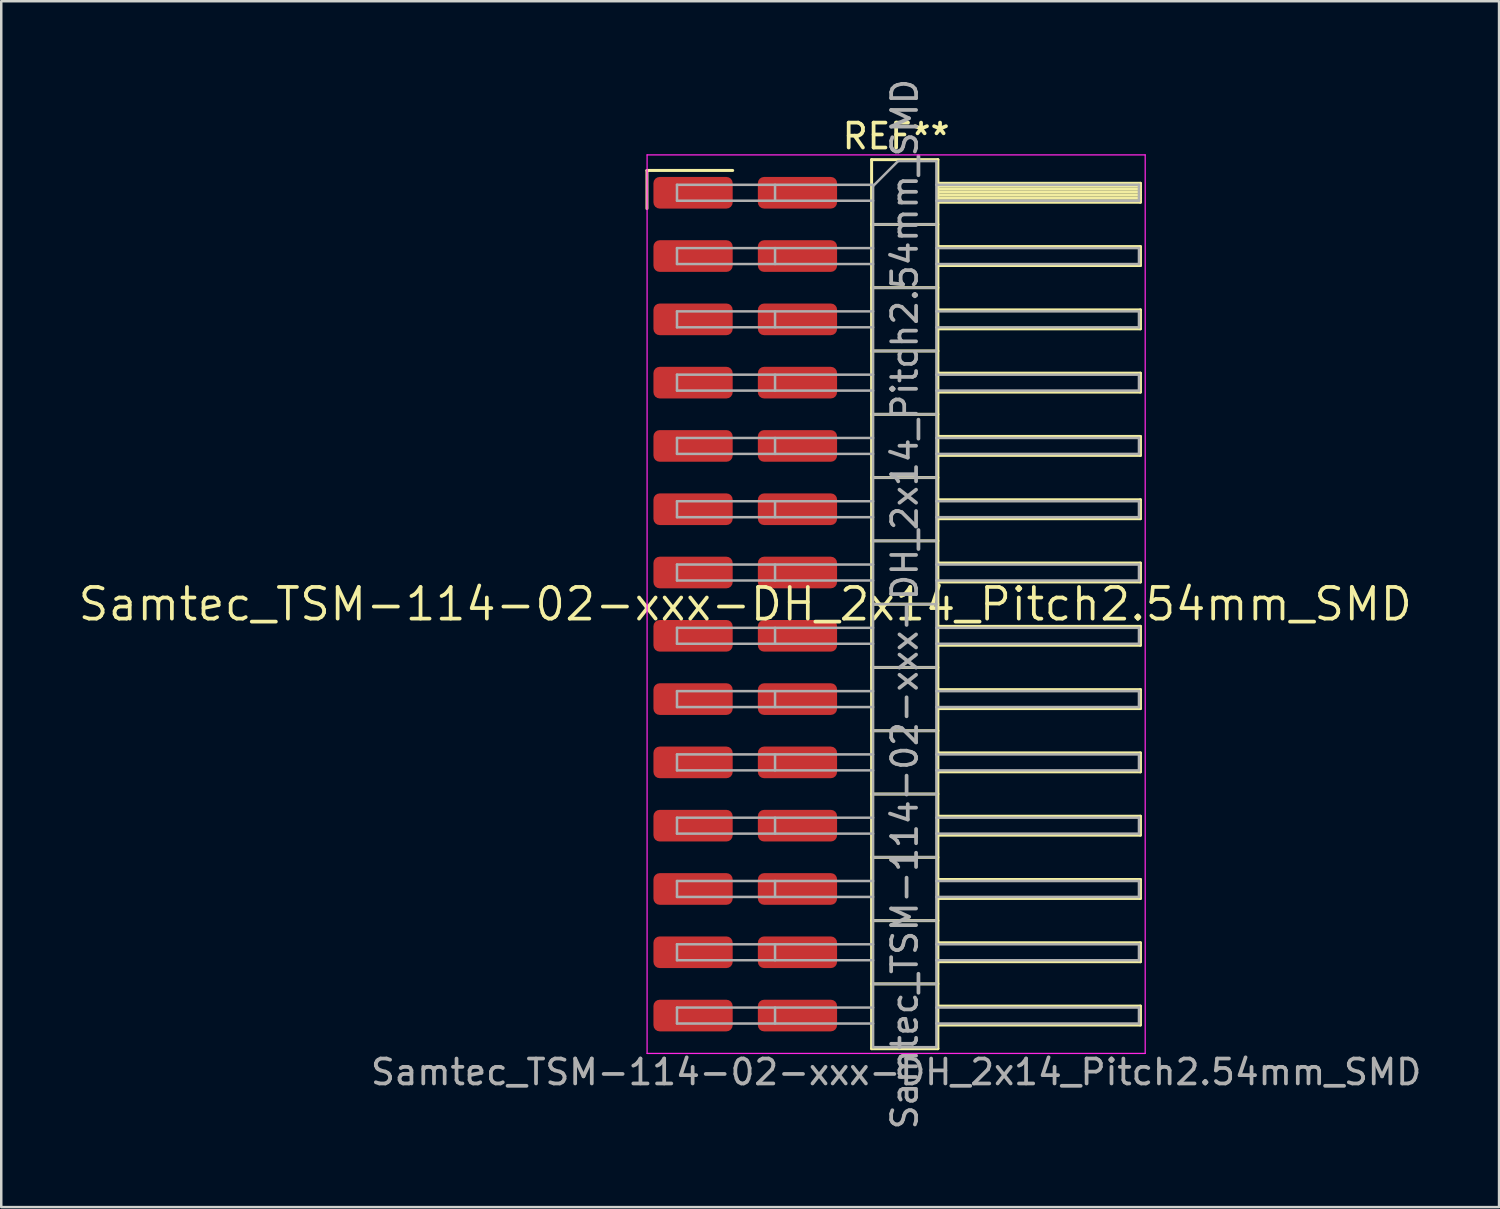
<source format=kicad_pcb>
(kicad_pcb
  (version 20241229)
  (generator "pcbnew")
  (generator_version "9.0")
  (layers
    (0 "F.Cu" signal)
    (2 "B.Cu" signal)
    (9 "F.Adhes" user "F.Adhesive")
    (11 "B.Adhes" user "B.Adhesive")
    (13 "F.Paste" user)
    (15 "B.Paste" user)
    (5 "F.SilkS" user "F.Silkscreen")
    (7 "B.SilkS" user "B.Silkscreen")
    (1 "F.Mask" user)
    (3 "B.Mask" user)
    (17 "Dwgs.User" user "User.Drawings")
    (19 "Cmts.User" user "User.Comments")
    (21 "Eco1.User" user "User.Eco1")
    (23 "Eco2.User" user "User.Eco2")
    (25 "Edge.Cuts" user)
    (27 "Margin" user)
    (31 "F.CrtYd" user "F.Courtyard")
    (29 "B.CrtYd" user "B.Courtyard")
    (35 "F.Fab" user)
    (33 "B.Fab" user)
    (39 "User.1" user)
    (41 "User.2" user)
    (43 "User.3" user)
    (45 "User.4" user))
  (footprint "Samtec_TSM-114-02-xxx-DH_2x14_Pitch2.54mm_SMD"
    (layer "F.Cu")
    (at 26.859 21.196)
    (property "Reference" "Samtec_TSM-114-02-xxx-DH_2x14_Pitch2.54mm_SMD" (at 0 0 0) (layer "F.SilkS") (effects (font (size 1.27 1.27) (thickness 0.15))))
    (attr smd)
    (fp_line (start -3.945 -17.405) (end -0.505 -17.405) (stroke (width 0.12) (type solid)) (layer "F.SilkS"))
    (fp_line (start -3.945 -15.875) (end -3.945 -17.405) (stroke (width 0.12) (type solid)) (layer "F.SilkS"))
    (fp_line (start 5.07 -17.84) (end 7.73 -17.84) (stroke (width 0.12) (type solid)) (layer "F.SilkS"))
    (fp_line (start 5.07 -15.24) (end 7.73 -15.24) (stroke (width 0.12) (type solid)) (layer "F.SilkS"))
    (fp_line (start 5.07 -12.7) (end 7.73 -12.7) (stroke (width 0.12) (type solid)) (layer "F.SilkS"))
    (fp_line (start 5.07 -10.16) (end 7.73 -10.16) (stroke (width 0.12) (type solid)) (layer "F.SilkS"))
    (fp_line (start 5.07 -7.62) (end 7.73 -7.62) (stroke (width 0.12) (type solid)) (layer "F.SilkS"))
    (fp_line (start 5.07 -5.08) (end 7.73 -5.08) (stroke (width 0.12) (type solid)) (layer "F.SilkS"))
    (fp_line (start 5.07 -2.54) (end 7.73 -2.54) (stroke (width 0.12) (type solid)) (layer "F.SilkS"))
    (fp_line (start 5.07 0) (end 7.73 0) (stroke (width 0.12) (type solid)) (layer "F.SilkS"))
    (fp_line (start 5.07 2.54) (end 7.73 2.54) (stroke (width 0.12) (type solid)) (layer "F.SilkS"))
    (fp_line (start 5.07 5.08) (end 7.73 5.08) (stroke (width 0.12) (type solid)) (layer "F.SilkS"))
    (fp_line (start 5.07 7.62) (end 7.73 7.62) (stroke (width 0.12) (type solid)) (layer "F.SilkS"))
    (fp_line (start 5.07 10.16) (end 7.73 10.16) (stroke (width 0.12) (type solid)) (layer "F.SilkS"))
    (fp_line (start 5.07 12.7) (end 7.73 12.7) (stroke (width 0.12) (type solid)) (layer "F.SilkS"))
    (fp_line (start 5.07 15.24) (end 7.73 15.24) (stroke (width 0.12) (type solid)) (layer "F.SilkS"))
    (fp_line (start 5.07 17.84) (end 5.07 -17.84) (stroke (width 0.12) (type solid)) (layer "F.SilkS"))
    (fp_line (start 7.73 -17.84) (end 7.73 17.84) (stroke (width 0.12) (type solid)) (layer "F.SilkS"))
    (fp_line (start 7.73 -16.89) (end 15.86 -16.89) (stroke (width 0.12) (type solid)) (layer "F.SilkS"))
    (fp_line (start 7.73 -16.77) (end 15.86 -16.77) (stroke (width 0.12) (type solid)) (layer "F.SilkS"))
    (fp_line (start 7.73 -16.65) (end 15.86 -16.65) (stroke (width 0.12) (type solid)) (layer "F.SilkS"))
    (fp_line (start 7.73 -16.53) (end 15.86 -16.53) (stroke (width 0.12) (type solid)) (layer "F.SilkS"))
    (fp_line (start 7.73 -16.41) (end 15.86 -16.41) (stroke (width 0.12) (type solid)) (layer "F.SilkS"))
    (fp_line (start 7.73 -16.29) (end 15.86 -16.29) (stroke (width 0.12) (type solid)) (layer "F.SilkS"))
    (fp_line (start 7.73 -16.17) (end 15.86 -16.17) (stroke (width 0.12) (type solid)) (layer "F.SilkS"))
    (fp_line (start 7.73 -16.13) (end 15.86 -16.13) (stroke (width 0.12) (type solid)) (layer "F.SilkS"))
    (fp_line (start 7.73 -14.35) (end 15.86 -14.35) (stroke (width 0.12) (type solid)) (layer "F.SilkS"))
    (fp_line (start 7.73 -13.59) (end 15.86 -13.59) (stroke (width 0.12) (type solid)) (layer "F.SilkS"))
    (fp_line (start 7.73 -11.81) (end 15.86 -11.81) (stroke (width 0.12) (type solid)) (layer "F.SilkS"))
    (fp_line (start 7.73 -11.05) (end 15.86 -11.05) (stroke (width 0.12) (type solid)) (layer "F.SilkS"))
    (fp_line (start 7.73 -9.27) (end 15.86 -9.27) (stroke (width 0.12) (type solid)) (layer "F.SilkS"))
    (fp_line (start 7.73 -8.51) (end 15.86 -8.51) (stroke (width 0.12) (type solid)) (layer "F.SilkS"))
    (fp_line (start 7.73 -6.73) (end 15.86 -6.73) (stroke (width 0.12) (type solid)) (layer "F.SilkS"))
    (fp_line (start 7.73 -5.97) (end 15.86 -5.97) (stroke (width 0.12) (type solid)) (layer "F.SilkS"))
    (fp_line (start 7.73 -4.19) (end 15.86 -4.19) (stroke (width 0.12) (type solid)) (layer "F.SilkS"))
    (fp_line (start 7.73 -3.43) (end 15.86 -3.43) (stroke (width 0.12) (type solid)) (layer "F.SilkS"))
    (fp_line (start 7.73 -1.65) (end 15.86 -1.65) (stroke (width 0.12) (type solid)) (layer "F.SilkS"))
    (fp_line (start 7.73 -0.89) (end 15.86 -0.89) (stroke (width 0.12) (type solid)) (layer "F.SilkS"))
    (fp_line (start 7.73 0.89) (end 15.86 0.89) (stroke (width 0.12) (type solid)) (layer "F.SilkS"))
    (fp_line (start 7.73 1.65) (end 15.86 1.65) (stroke (width 0.12) (type solid)) (layer "F.SilkS"))
    (fp_line (start 7.73 3.43) (end 15.86 3.43) (stroke (width 0.12) (type solid)) (layer "F.SilkS"))
    (fp_line (start 7.73 4.19) (end 15.86 4.19) (stroke (width 0.12) (type solid)) (layer "F.SilkS"))
    (fp_line (start 7.73 5.97) (end 15.86 5.97) (stroke (width 0.12) (type solid)) (layer "F.SilkS"))
    (fp_line (start 7.73 6.73) (end 15.86 6.73) (stroke (width 0.12) (type solid)) (layer "F.SilkS"))
    (fp_line (start 7.73 8.51) (end 15.86 8.51) (stroke (width 0.12) (type solid)) (layer "F.SilkS"))
    (fp_line (start 7.73 9.27) (end 15.86 9.27) (stroke (width 0.12) (type solid)) (layer "F.SilkS"))
    (fp_line (start 7.73 11.05) (end 15.86 11.05) (stroke (width 0.12) (type solid)) (layer "F.SilkS"))
    (fp_line (start 7.73 11.81) (end 15.86 11.81) (stroke (width 0.12) (type solid)) (layer "F.SilkS"))
    (fp_line (start 7.73 13.59) (end 15.86 13.59) (stroke (width 0.12) (type solid)) (layer "F.SilkS"))
    (fp_line (start 7.73 14.35) (end 15.86 14.35) (stroke (width 0.12) (type solid)) (layer "F.SilkS"))
    (fp_line (start 7.73 16.13) (end 15.86 16.13) (stroke (width 0.12) (type solid)) (layer "F.SilkS"))
    (fp_line (start 7.73 16.89) (end 15.86 16.89) (stroke (width 0.12) (type solid)) (layer "F.SilkS"))
    (fp_line (start 7.73 17.84) (end 5.07 17.84) (stroke (width 0.12) (type solid)) (layer "F.SilkS"))
    (fp_line (start 15.86 -16.89) (end 15.86 -16.13) (stroke (width 0.12) (type solid)) (layer "F.SilkS"))
    (fp_line (start 15.86 -14.35) (end 15.86 -13.59) (stroke (width 0.12) (type solid)) (layer "F.SilkS"))
    (fp_line (start 15.86 -11.81) (end 15.86 -11.05) (stroke (width 0.12) (type solid)) (layer "F.SilkS"))
    (fp_line (start 15.86 -9.27) (end 15.86 -8.51) (stroke (width 0.12) (type solid)) (layer "F.SilkS"))
    (fp_line (start 15.86 -6.73) (end 15.86 -5.97) (stroke (width 0.12) (type solid)) (layer "F.SilkS"))
    (fp_line (start 15.86 -4.19) (end 15.86 -3.43) (stroke (width 0.12) (type solid)) (layer "F.SilkS"))
    (fp_line (start 15.86 -1.65) (end 15.86 -0.89) (stroke (width 0.12) (type solid)) (layer "F.SilkS"))
    (fp_line (start 15.86 0.89) (end 15.86 1.65) (stroke (width 0.12) (type solid)) (layer "F.SilkS"))
    (fp_line (start 15.86 3.43) (end 15.86 4.19) (stroke (width 0.12) (type solid)) (layer "F.SilkS"))
    (fp_line (start 15.86 5.97) (end 15.86 6.73) (stroke (width 0.12) (type solid)) (layer "F.SilkS"))
    (fp_line (start 15.86 8.51) (end 15.86 9.27) (stroke (width 0.12) (type solid)) (layer "F.SilkS"))
    (fp_line (start 15.86 11.05) (end 15.86 11.81) (stroke (width 0.12) (type solid)) (layer "F.SilkS"))
    (fp_line (start 15.86 13.59) (end 15.86 14.35) (stroke (width 0.12) (type solid)) (layer "F.SilkS"))
    (fp_line (start 15.86 16.13) (end 15.86 16.89) (stroke (width 0.12) (type solid)) (layer "F.SilkS"))
    (fp_line (start -3.94 -18.03) (end 16.05 -18.03) (stroke (width 0.05) (type solid)) (layer "F.CrtYd"))
    (fp_line (start -3.94 18.03) (end -3.94 -18.03) (stroke (width 0.05) (type solid)) (layer "F.CrtYd"))
    (fp_line (start 16.05 -18.03) (end 16.05 18.03) (stroke (width 0.05) (type solid)) (layer "F.CrtYd"))
    (fp_line (start 16.05 18.03) (end -3.94 18.03) (stroke (width 0.05) (type solid)) (layer "F.CrtYd"))
    (fp_line (start -2.74 -16.83) (end -2.74 -16.19) (stroke (width 0.1) (type solid)) (layer "F.Fab"))
    (fp_line (start -2.74 -16.83) (end 5.13 -16.83) (stroke (width 0.1) (type solid)) (layer "F.Fab"))
    (fp_line (start -2.74 -16.19) (end 5.13 -16.19) (stroke (width 0.1) (type solid)) (layer "F.Fab"))
    (fp_line (start -2.74 -14.29) (end -2.74 -13.65) (stroke (width 0.1) (type solid)) (layer "F.Fab"))
    (fp_line (start -2.74 -14.29) (end 5.13 -14.29) (stroke (width 0.1) (type solid)) (layer "F.Fab"))
    (fp_line (start -2.74 -13.65) (end 5.13 -13.65) (stroke (width 0.1) (type solid)) (layer "F.Fab"))
    (fp_line (start -2.74 -11.75) (end -2.74 -11.11) (stroke (width 0.1) (type solid)) (layer "F.Fab"))
    (fp_line (start -2.74 -11.75) (end 5.13 -11.75) (stroke (width 0.1) (type solid)) (layer "F.Fab"))
    (fp_line (start -2.74 -11.11) (end 5.13 -11.11) (stroke (width 0.1) (type solid)) (layer "F.Fab"))
    (fp_line (start -2.74 -9.21) (end -2.74 -8.57) (stroke (width 0.1) (type solid)) (layer "F.Fab"))
    (fp_line (start -2.74 -9.21) (end 5.13 -9.21) (stroke (width 0.1) (type solid)) (layer "F.Fab"))
    (fp_line (start -2.74 -8.57) (end 5.13 -8.57) (stroke (width 0.1) (type solid)) (layer "F.Fab"))
    (fp_line (start -2.74 -6.67) (end -2.74 -6.03) (stroke (width 0.1) (type solid)) (layer "F.Fab"))
    (fp_line (start -2.74 -6.67) (end 5.13 -6.67) (stroke (width 0.1) (type solid)) (layer "F.Fab"))
    (fp_line (start -2.74 -6.03) (end 5.13 -6.03) (stroke (width 0.1) (type solid)) (layer "F.Fab"))
    (fp_line (start -2.74 -4.13) (end -2.74 -3.49) (stroke (width 0.1) (type solid)) (layer "F.Fab"))
    (fp_line (start -2.74 -4.13) (end 5.13 -4.13) (stroke (width 0.1) (type solid)) (layer "F.Fab"))
    (fp_line (start -2.74 -3.49) (end 5.13 -3.49) (stroke (width 0.1) (type solid)) (layer "F.Fab"))
    (fp_line (start -2.74 -1.59) (end -2.74 -0.95) (stroke (width 0.1) (type solid)) (layer "F.Fab"))
    (fp_line (start -2.74 -1.59) (end 5.13 -1.59) (stroke (width 0.1) (type solid)) (layer "F.Fab"))
    (fp_line (start -2.74 -0.95) (end 5.13 -0.95) (stroke (width 0.1) (type solid)) (layer "F.Fab"))
    (fp_line (start -2.74 0.95) (end -2.74 1.59) (stroke (width 0.1) (type solid)) (layer "F.Fab"))
    (fp_line (start -2.74 0.95) (end 5.13 0.95) (stroke (width 0.1) (type solid)) (layer "F.Fab"))
    (fp_line (start -2.74 1.59) (end 5.13 1.59) (stroke (width 0.1) (type solid)) (layer "F.Fab"))
    (fp_line (start -2.74 3.49) (end -2.74 4.13) (stroke (width 0.1) (type solid)) (layer "F.Fab"))
    (fp_line (start -2.74 3.49) (end 5.13 3.49) (stroke (width 0.1) (type solid)) (layer "F.Fab"))
    (fp_line (start -2.74 4.13) (end 5.13 4.13) (stroke (width 0.1) (type solid)) (layer "F.Fab"))
    (fp_line (start -2.74 6.03) (end -2.74 6.67) (stroke (width 0.1) (type solid)) (layer "F.Fab"))
    (fp_line (start -2.74 6.03) (end 5.13 6.03) (stroke (width 0.1) (type solid)) (layer "F.Fab"))
    (fp_line (start -2.74 6.67) (end 5.13 6.67) (stroke (width 0.1) (type solid)) (layer "F.Fab"))
    (fp_line (start -2.74 8.57) (end -2.74 9.21) (stroke (width 0.1) (type solid)) (layer "F.Fab"))
    (fp_line (start -2.74 8.57) (end 5.13 8.57) (stroke (width 0.1) (type solid)) (layer "F.Fab"))
    (fp_line (start -2.74 9.21) (end 5.13 9.21) (stroke (width 0.1) (type solid)) (layer "F.Fab"))
    (fp_line (start -2.74 11.11) (end -2.74 11.75) (stroke (width 0.1) (type solid)) (layer "F.Fab"))
    (fp_line (start -2.74 11.11) (end 5.13 11.11) (stroke (width 0.1) (type solid)) (layer "F.Fab"))
    (fp_line (start -2.74 11.75) (end 5.13 11.75) (stroke (width 0.1) (type solid)) (layer "F.Fab"))
    (fp_line (start -2.74 13.65) (end -2.74 14.29) (stroke (width 0.1) (type solid)) (layer "F.Fab"))
    (fp_line (start -2.74 13.65) (end 5.13 13.65) (stroke (width 0.1) (type solid)) (layer "F.Fab"))
    (fp_line (start -2.74 14.29) (end 5.13 14.29) (stroke (width 0.1) (type solid)) (layer "F.Fab"))
    (fp_line (start -2.74 16.19) (end -2.74 16.83) (stroke (width 0.1) (type solid)) (layer "F.Fab"))
    (fp_line (start -2.74 16.19) (end 5.13 16.19) (stroke (width 0.1) (type solid)) (layer "F.Fab"))
    (fp_line (start -2.74 16.83) (end 5.13 16.83) (stroke (width 0.1) (type solid)) (layer "F.Fab"))
    (fp_line (start 1.195 -16.83) (end 1.195 -16.19) (stroke (width 0.1) (type solid)) (layer "F.Fab"))
    (fp_line (start 1.195 -14.29) (end 1.195 -13.65) (stroke (width 0.1) (type solid)) (layer "F.Fab"))
    (fp_line (start 1.195 -11.75) (end 1.195 -11.11) (stroke (width 0.1) (type solid)) (layer "F.Fab"))
    (fp_line (start 1.195 -9.21) (end 1.195 -8.57) (stroke (width 0.1) (type solid)) (layer "F.Fab"))
    (fp_line (start 1.195 -6.67) (end 1.195 -6.03) (stroke (width 0.1) (type solid)) (layer "F.Fab"))
    (fp_line (start 1.195 -4.13) (end 1.195 -3.49) (stroke (width 0.1) (type solid)) (layer "F.Fab"))
    (fp_line (start 1.195 -1.59) (end 1.195 -0.95) (stroke (width 0.1) (type solid)) (layer "F.Fab"))
    (fp_line (start 1.195 0.95) (end 1.195 1.59) (stroke (width 0.1) (type solid)) (layer "F.Fab"))
    (fp_line (start 1.195 3.49) (end 1.195 4.13) (stroke (width 0.1) (type solid)) (layer "F.Fab"))
    (fp_line (start 1.195 6.03) (end 1.195 6.67) (stroke (width 0.1) (type solid)) (layer "F.Fab"))
    (fp_line (start 1.195 8.57) (end 1.195 9.21) (stroke (width 0.1) (type solid)) (layer "F.Fab"))
    (fp_line (start 1.195 11.11) (end 1.195 11.75) (stroke (width 0.1) (type solid)) (layer "F.Fab"))
    (fp_line (start 1.195 13.65) (end 1.195 14.29) (stroke (width 0.1) (type solid)) (layer "F.Fab"))
    (fp_line (start 1.195 16.19) (end 1.195 16.83) (stroke (width 0.1) (type solid)) (layer "F.Fab"))
    (fp_line (start 5.13 -16.78) (end 6.13 -17.78) (stroke (width 0.1) (type solid)) (layer "F.Fab"))
    (fp_line (start 5.13 -15.24) (end 7.67 -15.24) (stroke (width 0.1) (type solid)) (layer "F.Fab"))
    (fp_line (start 5.13 -12.7) (end 7.67 -12.7) (stroke (width 0.1) (type solid)) (layer "F.Fab"))
    (fp_line (start 5.13 -10.16) (end 7.67 -10.16) (stroke (width 0.1) (type solid)) (layer "F.Fab"))
    (fp_line (start 5.13 -7.62) (end 7.67 -7.62) (stroke (width 0.1) (type solid)) (layer "F.Fab"))
    (fp_line (start 5.13 -5.08) (end 7.67 -5.08) (stroke (width 0.1) (type solid)) (layer "F.Fab"))
    (fp_line (start 5.13 -2.54) (end 7.67 -2.54) (stroke (width 0.1) (type solid)) (layer "F.Fab"))
    (fp_line (start 5.13 0) (end 7.67 0) (stroke (width 0.1) (type solid)) (layer "F.Fab"))
    (fp_line (start 5.13 2.54) (end 7.67 2.54) (stroke (width 0.1) (type solid)) (layer "F.Fab"))
    (fp_line (start 5.13 5.08) (end 7.67 5.08) (stroke (width 0.1) (type solid)) (layer "F.Fab"))
    (fp_line (start 5.13 7.62) (end 7.67 7.62) (stroke (width 0.1) (type solid)) (layer "F.Fab"))
    (fp_line (start 5.13 10.16) (end 7.67 10.16) (stroke (width 0.1) (type solid)) (layer "F.Fab"))
    (fp_line (start 5.13 12.7) (end 7.67 12.7) (stroke (width 0.1) (type solid)) (layer "F.Fab"))
    (fp_line (start 5.13 15.24) (end 7.67 15.24) (stroke (width 0.1) (type solid)) (layer "F.Fab"))
    (fp_line (start 5.13 17.78) (end 5.13 -16.78) (stroke (width 0.1) (type solid)) (layer "F.Fab"))
    (fp_line (start 6.13 -17.78) (end 7.67 -17.78) (stroke (width 0.1) (type solid)) (layer "F.Fab"))
    (fp_line (start 7.67 -17.78) (end 7.67 17.78) (stroke (width 0.1) (type solid)) (layer "F.Fab"))
    (fp_line (start 7.67 -16.83) (end 15.8 -16.83) (stroke (width 0.1) (type solid)) (layer "F.Fab"))
    (fp_line (start 7.67 -16.19) (end 15.8 -16.19) (stroke (width 0.1) (type solid)) (layer "F.Fab"))
    (fp_line (start 7.67 -14.29) (end 15.8 -14.29) (stroke (width 0.1) (type solid)) (layer "F.Fab"))
    (fp_line (start 7.67 -13.65) (end 15.8 -13.65) (stroke (width 0.1) (type solid)) (layer "F.Fab"))
    (fp_line (start 7.67 -11.75) (end 15.8 -11.75) (stroke (width 0.1) (type solid)) (layer "F.Fab"))
    (fp_line (start 7.67 -11.11) (end 15.8 -11.11) (stroke (width 0.1) (type solid)) (layer "F.Fab"))
    (fp_line (start 7.67 -9.21) (end 15.8 -9.21) (stroke (width 0.1) (type solid)) (layer "F.Fab"))
    (fp_line (start 7.67 -8.57) (end 15.8 -8.57) (stroke (width 0.1) (type solid)) (layer "F.Fab"))
    (fp_line (start 7.67 -6.67) (end 15.8 -6.67) (stroke (width 0.1) (type solid)) (layer "F.Fab"))
    (fp_line (start 7.67 -6.03) (end 15.8 -6.03) (stroke (width 0.1) (type solid)) (layer "F.Fab"))
    (fp_line (start 7.67 -4.13) (end 15.8 -4.13) (stroke (width 0.1) (type solid)) (layer "F.Fab"))
    (fp_line (start 7.67 -3.49) (end 15.8 -3.49) (stroke (width 0.1) (type solid)) (layer "F.Fab"))
    (fp_line (start 7.67 -1.59) (end 15.8 -1.59) (stroke (width 0.1) (type solid)) (layer "F.Fab"))
    (fp_line (start 7.67 -0.95) (end 15.8 -0.95) (stroke (width 0.1) (type solid)) (layer "F.Fab"))
    (fp_line (start 7.67 0.95) (end 15.8 0.95) (stroke (width 0.1) (type solid)) (layer "F.Fab"))
    (fp_line (start 7.67 1.59) (end 15.8 1.59) (stroke (width 0.1) (type solid)) (layer "F.Fab"))
    (fp_line (start 7.67 3.49) (end 15.8 3.49) (stroke (width 0.1) (type solid)) (layer "F.Fab"))
    (fp_line (start 7.67 4.13) (end 15.8 4.13) (stroke (width 0.1) (type solid)) (layer "F.Fab"))
    (fp_line (start 7.67 6.03) (end 15.8 6.03) (stroke (width 0.1) (type solid)) (layer "F.Fab"))
    (fp_line (start 7.67 6.67) (end 15.8 6.67) (stroke (width 0.1) (type solid)) (layer "F.Fab"))
    (fp_line (start 7.67 8.57) (end 15.8 8.57) (stroke (width 0.1) (type solid)) (layer "F.Fab"))
    (fp_line (start 7.67 9.21) (end 15.8 9.21) (stroke (width 0.1) (type solid)) (layer "F.Fab"))
    (fp_line (start 7.67 11.11) (end 15.8 11.11) (stroke (width 0.1) (type solid)) (layer "F.Fab"))
    (fp_line (start 7.67 11.75) (end 15.8 11.75) (stroke (width 0.1) (type solid)) (layer "F.Fab"))
    (fp_line (start 7.67 13.65) (end 15.8 13.65) (stroke (width 0.1) (type solid)) (layer "F.Fab"))
    (fp_line (start 7.67 14.29) (end 15.8 14.29) (stroke (width 0.1) (type solid)) (layer "F.Fab"))
    (fp_line (start 7.67 16.19) (end 15.8 16.19) (stroke (width 0.1) (type solid)) (layer "F.Fab"))
    (fp_line (start 7.67 16.83) (end 15.8 16.83) (stroke (width 0.1) (type solid)) (layer "F.Fab"))
    (fp_line (start 7.67 17.78) (end 5.13 17.78) (stroke (width 0.1) (type solid)) (layer "F.Fab"))
    (fp_line (start 15.8 -16.83) (end 15.8 -16.19) (stroke (width 0.1) (type solid)) (layer "F.Fab"))
    (fp_line (start 15.8 -14.29) (end 15.8 -13.65) (stroke (width 0.1) (type solid)) (layer "F.Fab"))
    (fp_line (start 15.8 -11.75) (end 15.8 -11.11) (stroke (width 0.1) (type solid)) (layer "F.Fab"))
    (fp_line (start 15.8 -9.21) (end 15.8 -8.57) (stroke (width 0.1) (type solid)) (layer "F.Fab"))
    (fp_line (start 15.8 -6.67) (end 15.8 -6.03) (stroke (width 0.1) (type solid)) (layer "F.Fab"))
    (fp_line (start 15.8 -4.13) (end 15.8 -3.49) (stroke (width 0.1) (type solid)) (layer "F.Fab"))
    (fp_line (start 15.8 -1.59) (end 15.8 -0.95) (stroke (width 0.1) (type solid)) (layer "F.Fab"))
    (fp_line (start 15.8 0.95) (end 15.8 1.59) (stroke (width 0.1) (type solid)) (layer "F.Fab"))
    (fp_line (start 15.8 3.49) (end 15.8 4.13) (stroke (width 0.1) (type solid)) (layer "F.Fab"))
    (fp_line (start 15.8 6.03) (end 15.8 6.67) (stroke (width 0.1) (type solid)) (layer "F.Fab"))
    (fp_line (start 15.8 8.57) (end 15.8 9.21) (stroke (width 0.1) (type solid)) (layer "F.Fab"))
    (fp_line (start 15.8 11.11) (end 15.8 11.75) (stroke (width 0.1) (type solid)) (layer "F.Fab"))
    (fp_line (start 15.8 13.65) (end 15.8 14.29) (stroke (width 0.1) (type solid)) (layer "F.Fab"))
    (fp_line (start 15.8 16.19) (end 15.8 16.83) (stroke (width 0.1) (type solid)) (layer "F.Fab"))
    (fp_text user "REF**" (at 6.055 -18.78 0) (layer "F.SilkS") (effects (font (size 1 1) (thickness 0.15))))
    (fp_text user "${REFERENCE}" (at 6.4 0 90) (layer "F.Fab") (effects (font (size 1 1) (thickness 0.15))))
    (fp_text user "Samtec_TSM-114-02-xxx-DH_2x14_Pitch2.54mm_SMD" (at 6.055 18.78 0) (layer "F.Fab") (effects (font (size 1 1) (thickness 0.15))))
    (pad "1" smd roundrect (at -2.095 -16.51) (size 3.18 1.27) (layers "F.Cu" "F.Mask" "F.Paste") (roundrect_rratio 0.197))
    (pad "2" smd roundrect (at 2.095 -16.51) (size 3.18 1.27) (layers "F.Cu" "F.Mask" "F.Paste") (roundrect_rratio 0.197))
    (pad "3" smd roundrect (at -2.095 -13.97) (size 3.18 1.27) (layers "F.Cu" "F.Mask" "F.Paste") (roundrect_rratio 0.197))
    (pad "4" smd roundrect (at 2.095 -13.97) (size 3.18 1.27) (layers "F.Cu" "F.Mask" "F.Paste") (roundrect_rratio 0.197))
    (pad "5" smd roundrect (at -2.095 -11.43) (size 3.18 1.27) (layers "F.Cu" "F.Mask" "F.Paste") (roundrect_rratio 0.197))
    (pad "6" smd roundrect (at 2.095 -11.43) (size 3.18 1.27) (layers "F.Cu" "F.Mask" "F.Paste") (roundrect_rratio 0.197))
    (pad "7" smd roundrect (at -2.095 -8.89) (size 3.18 1.27) (layers "F.Cu" "F.Mask" "F.Paste") (roundrect_rratio 0.197))
    (pad "8" smd roundrect (at 2.095 -8.89) (size 3.18 1.27) (layers "F.Cu" "F.Mask" "F.Paste") (roundrect_rratio 0.197))
    (pad "9" smd roundrect (at -2.095 -6.35) (size 3.18 1.27) (layers "F.Cu" "F.Mask" "F.Paste") (roundrect_rratio 0.197))
    (pad "10" smd roundrect (at 2.095 -6.35) (size 3.18 1.27) (layers "F.Cu" "F.Mask" "F.Paste") (roundrect_rratio 0.197))
    (pad "11" smd roundrect (at -2.095 -3.81) (size 3.18 1.27) (layers "F.Cu" "F.Mask" "F.Paste") (roundrect_rratio 0.197))
    (pad "12" smd roundrect (at 2.095 -3.81) (size 3.18 1.27) (layers "F.Cu" "F.Mask" "F.Paste") (roundrect_rratio 0.197))
    (pad "13" smd roundrect (at -2.095 -1.27) (size 3.18 1.27) (layers "F.Cu" "F.Mask" "F.Paste") (roundrect_rratio 0.197))
    (pad "14" smd roundrect (at 2.095 -1.27) (size 3.18 1.27) (layers "F.Cu" "F.Mask" "F.Paste") (roundrect_rratio 0.197))
    (pad "15" smd roundrect (at -2.095 1.27) (size 3.18 1.27) (layers "F.Cu" "F.Mask" "F.Paste") (roundrect_rratio 0.197))
    (pad "16" smd roundrect (at 2.095 1.27) (size 3.18 1.27) (layers "F.Cu" "F.Mask" "F.Paste") (roundrect_rratio 0.197))
    (pad "17" smd roundrect (at -2.095 3.81) (size 3.18 1.27) (layers "F.Cu" "F.Mask" "F.Paste") (roundrect_rratio 0.197))
    (pad "18" smd roundrect (at 2.095 3.81) (size 3.18 1.27) (layers "F.Cu" "F.Mask" "F.Paste") (roundrect_rratio 0.197))
    (pad "19" smd roundrect (at -2.095 6.35) (size 3.18 1.27) (layers "F.Cu" "F.Mask" "F.Paste") (roundrect_rratio 0.197))
    (pad "20" smd roundrect (at 2.095 6.35) (size 3.18 1.27) (layers "F.Cu" "F.Mask" "F.Paste") (roundrect_rratio 0.197))
    (pad "21" smd roundrect (at -2.095 8.89) (size 3.18 1.27) (layers "F.Cu" "F.Mask" "F.Paste") (roundrect_rratio 0.197))
    (pad "22" smd roundrect (at 2.095 8.89) (size 3.18 1.27) (layers "F.Cu" "F.Mask" "F.Paste") (roundrect_rratio 0.197))
    (pad "23" smd roundrect (at -2.095 11.43) (size 3.18 1.27) (layers "F.Cu" "F.Mask" "F.Paste") (roundrect_rratio 0.197))
    (pad "24" smd roundrect (at 2.095 11.43) (size 3.18 1.27) (layers "F.Cu" "F.Mask" "F.Paste") (roundrect_rratio 0.197))
    (pad "25" smd roundrect (at -2.095 13.97) (size 3.18 1.27) (layers "F.Cu" "F.Mask" "F.Paste") (roundrect_rratio 0.197))
    (pad "26" smd roundrect (at 2.095 13.97) (size 3.18 1.27) (layers "F.Cu" "F.Mask" "F.Paste") (roundrect_rratio 0.197))
    (pad "27" smd roundrect (at -2.095 16.51) (size 3.18 1.27) (layers "F.Cu" "F.Mask" "F.Paste") (roundrect_rratio 0.197))
    (pad "28" smd roundrect (at 2.095 16.51) (size 3.18 1.27) (layers "F.Cu" "F.Mask" "F.Paste") (roundrect_rratio 0.197)))
  (gr_rect
    (start -3 -3)
    (end 57.11 45.393)
    (stroke (width 0.1) (type default))
    (fill no)
    (layer "Edge.Cuts")))
</source>
